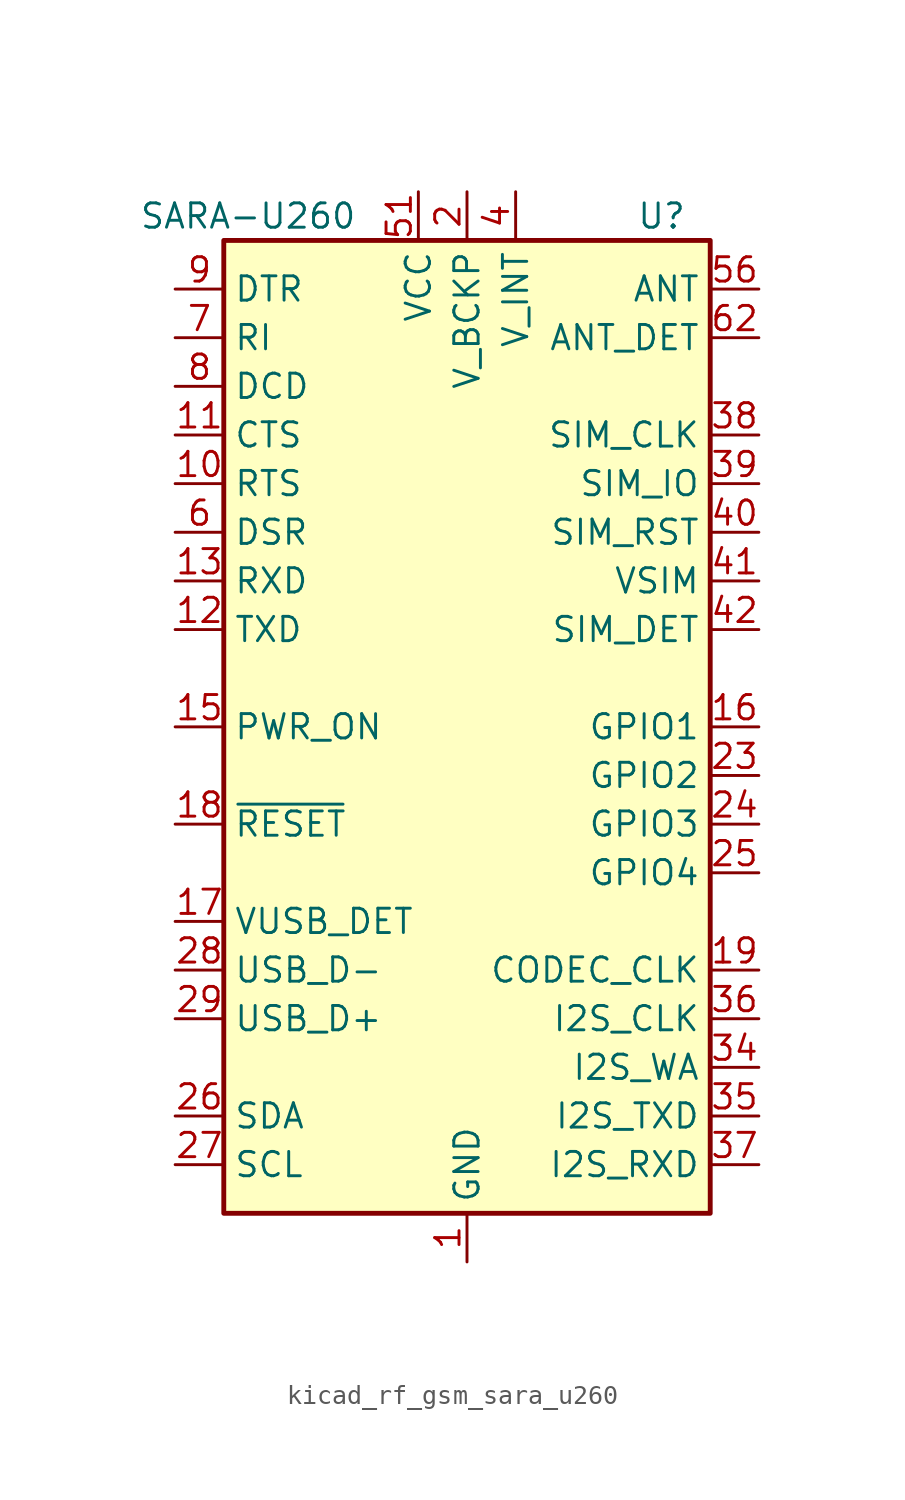
<source format=kicad_sym>
(kicad_symbol_lib
  (version 20220914)
  (generator kicad_symbol_editor)
  (symbol "kicad_rf_gsm_sara_u260"
    (property "Reference" "U"
      (at 10.16 26.67 0)
      (effects (font (size 1.27 1.27))))
    (property "Value" "SARA-U260"
      (at -11.43 26.67 0)
      (effects (font (size 1.27 1.27))))
    (symbol "kicad_rf_gsm_sara_u260_0_1"
      (rectangle (start -12.7 25.4) (end 12.7 -25.4) (stroke (width 0.254) (type default)) (fill (type background))))
    (symbol "kicad_rf_gsm_sara_u260_1_1"
      (pin power_in line (at 0 -27.94 90) (length 2.54) (name "GND" (effects (font (size 1.27 1.27)))) (number "1" (effects (font (size 1.27 1.27)))))
      (pin input line (at -15.24 12.7 0) (length 2.54) (name "RTS" (effects (font (size 1.27 1.27)))) (number "10" (effects (font (size 1.27 1.27)))))
      (pin output line (at -15.24 15.24 0) (length 2.54) (name "CTS" (effects (font (size 1.27 1.27)))) (number "11" (effects (font (size 1.27 1.27)))))
      (pin input line (at -15.24 5.08 0) (length 2.54) (name "TXD" (effects (font (size 1.27 1.27)))) (number "12" (effects (font (size 1.27 1.27)))))
      (pin output line (at -15.24 7.62 0) (length 2.54) (name "RXD" (effects (font (size 1.27 1.27)))) (number "13" (effects (font (size 1.27 1.27)))))
      (pin passive line (at 0 -27.94 90) (length 2.54) hide (name "GND" (effects (font (size 1.27 1.27)))) (number "14" (effects (font (size 1.27 1.27)))))
      (pin input line (at -15.24 0 0) (length 2.54) (name "PWR_ON" (effects (font (size 1.27 1.27)))) (number "15" (effects (font (size 1.27 1.27)))))
      (pin bidirectional line (at 15.24 0 180) (length 2.54) (name "GPIO1" (effects (font (size 1.27 1.27)))) (number "16" (effects (font (size 1.27 1.27)))))
      (pin input line (at -15.24 -10.16 0) (length 2.54) (name "VUSB_DET" (effects (font (size 1.27 1.27)))) (number "17" (effects (font (size 1.27 1.27)))))
      (pin input line (at -15.24 -5.08 0) (length 2.54) (name "~{RESET}" (effects (font (size 1.27 1.27)))) (number "18" (effects (font (size 1.27 1.27)))))
      (pin output line (at 15.24 -12.7 180) (length 2.54) (name "CODEC_CLK" (effects (font (size 1.27 1.27)))) (number "19" (effects (font (size 1.27 1.27)))))
      (pin power_out line (at 0 27.94 270) (length 2.54) (name "V_BCKP" (effects (font (size 1.27 1.27)))) (number "2" (effects (font (size 1.27 1.27)))))
      (pin passive line (at 0 -27.94 90) (length 2.54) hide (name "GND" (effects (font (size 1.27 1.27)))) (number "20" (effects (font (size 1.27 1.27)))))
      (pin passive line (at 0 -27.94 90) (length 2.54) hide (name "GND" (effects (font (size 1.27 1.27)))) (number "21" (effects (font (size 1.27 1.27)))))
      (pin passive line (at 0 -27.94 90) (length 2.54) hide (name "GND" (effects (font (size 1.27 1.27)))) (number "22" (effects (font (size 1.27 1.27)))))
      (pin bidirectional line (at 15.24 -2.54 180) (length 2.54) (name "GPIO2" (effects (font (size 1.27 1.27)))) (number "23" (effects (font (size 1.27 1.27)))))
      (pin bidirectional line (at 15.24 -5.08 180) (length 2.54) (name "GPIO3" (effects (font (size 1.27 1.27)))) (number "24" (effects (font (size 1.27 1.27)))))
      (pin bidirectional line (at 15.24 -7.62 180) (length 2.54) (name "GPIO4" (effects (font (size 1.27 1.27)))) (number "25" (effects (font (size 1.27 1.27)))))
      (pin bidirectional line (at -15.24 -20.32 0) (length 2.54) (name "SDA" (effects (font (size 1.27 1.27)))) (number "26" (effects (font (size 1.27 1.27)))))
      (pin output line (at -15.24 -22.86 0) (length 2.54) (name "SCL" (effects (font (size 1.27 1.27)))) (number "27" (effects (font (size 1.27 1.27)))))
      (pin bidirectional line (at -15.24 -12.7 0) (length 2.54) (name "USB_D-" (effects (font (size 1.27 1.27)))) (number "28" (effects (font (size 1.27 1.27)))))
      (pin bidirectional line (at -15.24 -15.24 0) (length 2.54) (name "USB_D+" (effects (font (size 1.27 1.27)))) (number "29" (effects (font (size 1.27 1.27)))))
      (pin passive line (at 0 -27.94 90) (length 2.54) hide (name "GND" (effects (font (size 1.27 1.27)))) (number "3" (effects (font (size 1.27 1.27)))))
      (pin passive line (at 0 -27.94 90) (length 2.54) hide (name "GND" (effects (font (size 1.27 1.27)))) (number "30" (effects (font (size 1.27 1.27)))))
      (pin no_connect line (at -12.7 2.54 0) (length 2.54) hide (name "RSVD" (effects (font (size 1.27 1.27)))) (number "31" (effects (font (size 1.27 1.27)))))
      (pin passive line (at 0 -27.94 90) (length 2.54) hide (name "GND" (effects (font (size 1.27 1.27)))) (number "32" (effects (font (size 1.27 1.27)))))
      (pin no_connect line (at -12.7 -2.54 0) (length 2.54) hide (name "RSVD" (effects (font (size 1.27 1.27)))) (number "33" (effects (font (size 1.27 1.27)))))
      (pin bidirectional line (at 15.24 -17.78 180) (length 2.54) (name "I2S_WA" (effects (font (size 1.27 1.27)))) (number "34" (effects (font (size 1.27 1.27)))))
      (pin output line (at 15.24 -20.32 180) (length 2.54) (name "I2S_TXD" (effects (font (size 1.27 1.27)))) (number "35" (effects (font (size 1.27 1.27)))))
      (pin output line (at 15.24 -15.24 180) (length 2.54) (name "I2S_CLK" (effects (font (size 1.27 1.27)))) (number "36" (effects (font (size 1.27 1.27)))))
      (pin input line (at 15.24 -22.86 180) (length 2.54) (name "I2S_RXD" (effects (font (size 1.27 1.27)))) (number "37" (effects (font (size 1.27 1.27)))))
      (pin output line (at 15.24 15.24 180) (length 2.54) (name "SIM_CLK" (effects (font (size 1.27 1.27)))) (number "38" (effects (font (size 1.27 1.27)))))
      (pin bidirectional line (at 15.24 12.7 180) (length 2.54) (name "SIM_IO" (effects (font (size 1.27 1.27)))) (number "39" (effects (font (size 1.27 1.27)))))
      (pin power_out line (at 2.54 27.94 270) (length 2.54) (name "V_INT" (effects (font (size 1.27 1.27)))) (number "4" (effects (font (size 1.27 1.27)))))
      (pin output line (at 15.24 10.16 180) (length 2.54) (name "SIM_RST" (effects (font (size 1.27 1.27)))) (number "40" (effects (font (size 1.27 1.27)))))
      (pin power_out line (at 15.24 7.62 180) (length 2.54) (name "VSIM" (effects (font (size 1.27 1.27)))) (number "41" (effects (font (size 1.27 1.27)))))
      (pin input line (at 15.24 5.08 180) (length 2.54) (name "SIM_DET" (effects (font (size 1.27 1.27)))) (number "42" (effects (font (size 1.27 1.27)))))
      (pin passive line (at 0 -27.94 90) (length 2.54) hide (name "GND" (effects (font (size 1.27 1.27)))) (number "43" (effects (font (size 1.27 1.27)))))
      (pin no_connect line (at -12.7 -7.62 0) (length 2.54) hide (name "RSVD" (effects (font (size 1.27 1.27)))) (number "44" (effects (font (size 1.27 1.27)))))
      (pin no_connect line (at -12.7 -17.78 0) (length 2.54) hide (name "RSVD" (effects (font (size 1.27 1.27)))) (number "45" (effects (font (size 1.27 1.27)))))
      (pin no_connect line (at -2.54 -25.4 90) (length 2.54) hide (name "RSVD" (effects (font (size 1.27 1.27)))) (number "46" (effects (font (size 1.27 1.27)))))
      (pin no_connect line (at 12.7 -10.16 180) (length 2.54) hide (name "RSVD" (effects (font (size 1.27 1.27)))) (number "47" (effects (font (size 1.27 1.27)))))
      (pin no_connect line (at 12.7 2.54 180) (length 2.54) hide (name "RSVD" (effects (font (size 1.27 1.27)))) (number "48" (effects (font (size 1.27 1.27)))))
      (pin no_connect line (at 12.7 17.78 180) (length 2.54) hide (name "RSVD" (effects (font (size 1.27 1.27)))) (number "49" (effects (font (size 1.27 1.27)))))
      (pin passive line (at 0 -27.94 90) (length 2.54) hide (name "GND" (effects (font (size 1.27 1.27)))) (number "5" (effects (font (size 1.27 1.27)))))
      (pin passive line (at 0 -27.94 90) (length 2.54) hide (name "GND" (effects (font (size 1.27 1.27)))) (number "50" (effects (font (size 1.27 1.27)))))
      (pin power_in line (at -2.54 27.94 270) (length 2.54) (name "VCC" (effects (font (size 1.27 1.27)))) (number "51" (effects (font (size 1.27 1.27)))))
      (pin passive line (at -2.54 27.94 270) (length 2.54) hide (name "VCC" (effects (font (size 1.27 1.27)))) (number "52" (effects (font (size 1.27 1.27)))))
      (pin passive line (at -2.54 27.94 270) (length 2.54) hide (name "VCC" (effects (font (size 1.27 1.27)))) (number "53" (effects (font (size 1.27 1.27)))))
      (pin passive line (at 0 -27.94 90) (length 2.54) hide (name "GND" (effects (font (size 1.27 1.27)))) (number "54" (effects (font (size 1.27 1.27)))))
      (pin passive line (at 0 -27.94 90) (length 2.54) hide (name "GND" (effects (font (size 1.27 1.27)))) (number "55" (effects (font (size 1.27 1.27)))))
      (pin passive line (at 15.24 22.86 180) (length 2.54) (name "ANT" (effects (font (size 1.27 1.27)))) (number "56" (effects (font (size 1.27 1.27)))))
      (pin passive line (at 0 -27.94 90) (length 2.54) hide (name "GND" (effects (font (size 1.27 1.27)))) (number "57" (effects (font (size 1.27 1.27)))))
      (pin passive line (at 0 -27.94 90) (length 2.54) hide (name "GND" (effects (font (size 1.27 1.27)))) (number "58" (effects (font (size 1.27 1.27)))))
      (pin passive line (at 0 -27.94 90) (length 2.54) hide (name "GND" (effects (font (size 1.27 1.27)))) (number "59" (effects (font (size 1.27 1.27)))))
      (pin output line (at -15.24 10.16 0) (length 2.54) (name "DSR" (effects (font (size 1.27 1.27)))) (number "6" (effects (font (size 1.27 1.27)))))
      (pin passive line (at 0 -27.94 90) (length 2.54) hide (name "GND" (effects (font (size 1.27 1.27)))) (number "60" (effects (font (size 1.27 1.27)))))
      (pin passive line (at 0 -27.94 90) (length 2.54) hide (name "GND" (effects (font (size 1.27 1.27)))) (number "61" (effects (font (size 1.27 1.27)))))
      (pin input line (at 15.24 20.32 180) (length 2.54) (name "ANT_DET" (effects (font (size 1.27 1.27)))) (number "62" (effects (font (size 1.27 1.27)))))
      (pin passive line (at 0 -27.94 90) (length 2.54) hide (name "GND" (effects (font (size 1.27 1.27)))) (number "63" (effects (font (size 1.27 1.27)))))
      (pin passive line (at 0 -27.94 90) (length 2.54) hide (name "GND" (effects (font (size 1.27 1.27)))) (number "64" (effects (font (size 1.27 1.27)))))
      (pin passive line (at 0 -27.94 90) (length 2.54) hide (name "GND" (effects (font (size 1.27 1.27)))) (number "65" (effects (font (size 1.27 1.27)))))
      (pin passive line (at 0 -27.94 90) (length 2.54) hide (name "GND" (effects (font (size 1.27 1.27)))) (number "66" (effects (font (size 1.27 1.27)))))
      (pin passive line (at 0 -27.94 90) (length 2.54) hide (name "GND" (effects (font (size 1.27 1.27)))) (number "67" (effects (font (size 1.27 1.27)))))
      (pin passive line (at 0 -27.94 90) (length 2.54) hide (name "GND" (effects (font (size 1.27 1.27)))) (number "68" (effects (font (size 1.27 1.27)))))
      (pin passive line (at 0 -27.94 90) (length 2.54) hide (name "GND" (effects (font (size 1.27 1.27)))) (number "69" (effects (font (size 1.27 1.27)))))
      (pin output line (at -15.24 20.32 0) (length 2.54) (name "RI" (effects (font (size 1.27 1.27)))) (number "7" (effects (font (size 1.27 1.27)))))
      (pin passive line (at 0 -27.94 90) (length 2.54) hide (name "GND" (effects (font (size 1.27 1.27)))) (number "70" (effects (font (size 1.27 1.27)))))
      (pin passive line (at 0 -27.94 90) (length 2.54) hide (name "GND" (effects (font (size 1.27 1.27)))) (number "71" (effects (font (size 1.27 1.27)))))
      (pin passive line (at 0 -27.94 90) (length 2.54) hide (name "GND" (effects (font (size 1.27 1.27)))) (number "72" (effects (font (size 1.27 1.27)))))
      (pin passive line (at 0 -27.94 90) (length 2.54) hide (name "GND" (effects (font (size 1.27 1.27)))) (number "73" (effects (font (size 1.27 1.27)))))
      (pin passive line (at 0 -27.94 90) (length 2.54) hide (name "GND" (effects (font (size 1.27 1.27)))) (number "74" (effects (font (size 1.27 1.27)))))
      (pin passive line (at 0 -27.94 90) (length 2.54) hide (name "GND" (effects (font (size 1.27 1.27)))) (number "75" (effects (font (size 1.27 1.27)))))
      (pin passive line (at 0 -27.94 90) (length 2.54) hide (name "GND" (effects (font (size 1.27 1.27)))) (number "76" (effects (font (size 1.27 1.27)))))
      (pin passive line (at 0 -27.94 90) (length 2.54) hide (name "GND" (effects (font (size 1.27 1.27)))) (number "77" (effects (font (size 1.27 1.27)))))
      (pin passive line (at 0 -27.94 90) (length 2.54) hide (name "GND" (effects (font (size 1.27 1.27)))) (number "78" (effects (font (size 1.27 1.27)))))
      (pin passive line (at 0 -27.94 90) (length 2.54) hide (name "GND" (effects (font (size 1.27 1.27)))) (number "79" (effects (font (size 1.27 1.27)))))
      (pin output line (at -15.24 17.78 0) (length 2.54) (name "DCD" (effects (font (size 1.27 1.27)))) (number "8" (effects (font (size 1.27 1.27)))))
      (pin passive line (at 0 -27.94 90) (length 2.54) hide (name "GND" (effects (font (size 1.27 1.27)))) (number "80" (effects (font (size 1.27 1.27)))))
      (pin passive line (at 0 -27.94 90) (length 2.54) hide (name "GND" (effects (font (size 1.27 1.27)))) (number "81" (effects (font (size 1.27 1.27)))))
      (pin passive line (at 0 -27.94 90) (length 2.54) hide (name "GND" (effects (font (size 1.27 1.27)))) (number "82" (effects (font (size 1.27 1.27)))))
      (pin passive line (at 0 -27.94 90) (length 2.54) hide (name "GND" (effects (font (size 1.27 1.27)))) (number "83" (effects (font (size 1.27 1.27)))))
      (pin passive line (at 0 -27.94 90) (length 2.54) hide (name "GND" (effects (font (size 1.27 1.27)))) (number "84" (effects (font (size 1.27 1.27)))))
      (pin passive line (at 0 -27.94 90) (length 2.54) hide (name "GND" (effects (font (size 1.27 1.27)))) (number "85" (effects (font (size 1.27 1.27)))))
      (pin passive line (at 0 -27.94 90) (length 2.54) hide (name "GND" (effects (font (size 1.27 1.27)))) (number "86" (effects (font (size 1.27 1.27)))))
      (pin passive line (at 0 -27.94 90) (length 2.54) hide (name "GND" (effects (font (size 1.27 1.27)))) (number "87" (effects (font (size 1.27 1.27)))))
      (pin passive line (at 0 -27.94 90) (length 2.54) hide (name "GND" (effects (font (size 1.27 1.27)))) (number "88" (effects (font (size 1.27 1.27)))))
      (pin passive line (at 0 -27.94 90) (length 2.54) hide (name "GND" (effects (font (size 1.27 1.27)))) (number "89" (effects (font (size 1.27 1.27)))))
      (pin input line (at -15.24 22.86 0) (length 2.54) (name "DTR" (effects (font (size 1.27 1.27)))) (number "9" (effects (font (size 1.27 1.27)))))
      (pin passive line (at 0 -27.94 90) (length 2.54) hide (name "GND" (effects (font (size 1.27 1.27)))) (number "90" (effects (font (size 1.27 1.27)))))
      (pin passive line (at 0 -27.94 90) (length 2.54) hide (name "GND" (effects (font (size 1.27 1.27)))) (number "91" (effects (font (size 1.27 1.27)))))
      (pin passive line (at 0 -27.94 90) (length 2.54) hide (name "GND" (effects (font (size 1.27 1.27)))) (number "92" (effects (font (size 1.27 1.27)))))
      (pin passive line (at 0 -27.94 90) (length 2.54) hide (name "GND" (effects (font (size 1.27 1.27)))) (number "93" (effects (font (size 1.27 1.27)))))
      (pin passive line (at 0 -27.94 90) (length 2.54) hide (name "GND" (effects (font (size 1.27 1.27)))) (number "94" (effects (font (size 1.27 1.27)))))
      (pin passive line (at 0 -27.94 90) (length 2.54) hide (name "GND" (effects (font (size 1.27 1.27)))) (number "95" (effects (font (size 1.27 1.27)))))
      (pin passive line (at 0 -27.94 90) (length 2.54) hide (name "GND" (effects (font (size 1.27 1.27)))) (number "96" (effects (font (size 1.27 1.27))))))))
</source>
